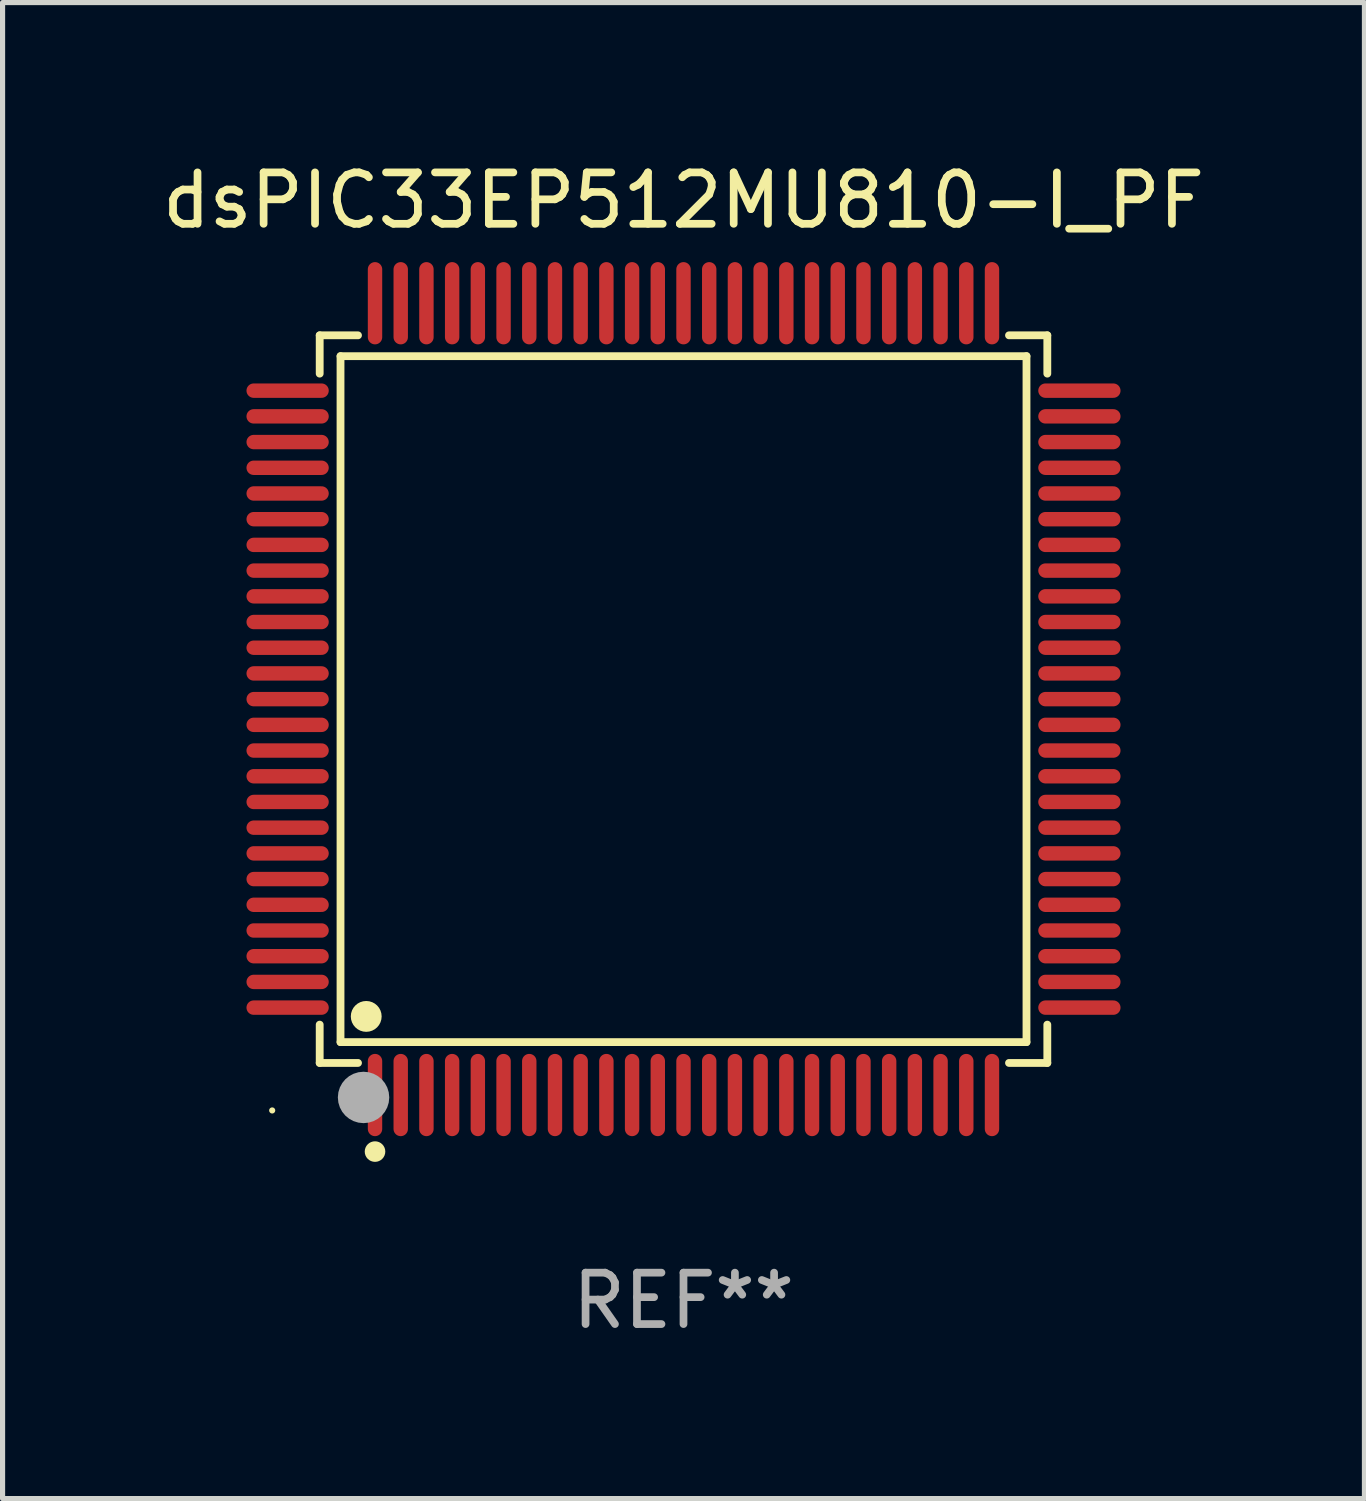
<source format=kicad_pcb>
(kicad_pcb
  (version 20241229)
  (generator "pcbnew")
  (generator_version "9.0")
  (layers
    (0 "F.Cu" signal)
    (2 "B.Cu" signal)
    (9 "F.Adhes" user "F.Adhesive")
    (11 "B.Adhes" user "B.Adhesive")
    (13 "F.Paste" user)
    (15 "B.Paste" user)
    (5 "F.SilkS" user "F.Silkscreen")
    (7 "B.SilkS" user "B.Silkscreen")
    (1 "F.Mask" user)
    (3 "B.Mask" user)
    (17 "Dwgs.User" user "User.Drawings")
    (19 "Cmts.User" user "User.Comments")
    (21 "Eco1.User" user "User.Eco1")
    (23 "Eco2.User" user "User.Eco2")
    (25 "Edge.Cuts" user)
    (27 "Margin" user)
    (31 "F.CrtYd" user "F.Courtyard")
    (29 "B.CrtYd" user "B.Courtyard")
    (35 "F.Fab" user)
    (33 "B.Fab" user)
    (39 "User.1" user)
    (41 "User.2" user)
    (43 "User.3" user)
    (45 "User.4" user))
  (footprint "dsPIC33EP512MU810-I_PF"
    (layer "F.Cu")
    (at 10.244 10.548)
    (property "Reference" "dsPIC33EP512MU810-I_PF" (at 0 -9.7 0) (layer "F.SilkS") (effects (font (size 1 1) (thickness 0.15))))
    (attr through_hole)
    (fp_line (start -7.076 -7.076) (end -6.331 -7.076) (stroke (width 0.152) (type solid)) (layer "F.SilkS"))
    (fp_line (start -7.076 -6.331) (end -7.076 -7.076) (stroke (width 0.152) (type solid)) (layer "F.SilkS"))
    (fp_line (start -7.076 6.331) (end -7.076 7.076) (stroke (width 0.152) (type solid)) (layer "F.SilkS"))
    (fp_line (start -7.076 7.076) (end -6.331 7.076) (stroke (width 0.152) (type solid)) (layer "F.SilkS"))
    (fp_line (start -6.671 -6.671) (end 6.671 -6.671) (stroke (width 0.152) (type solid)) (layer "F.SilkS"))
    (fp_line (start -6.671 6.671) (end -6.671 -6.671) (stroke (width 0.152) (type solid)) (layer "F.SilkS"))
    (fp_line (start 6.671 -6.671) (end 6.671 6.671) (stroke (width 0.152) (type solid)) (layer "F.SilkS"))
    (fp_line (start 6.671 6.671) (end -6.671 6.671) (stroke (width 0.152) (type solid)) (layer "F.SilkS"))
    (fp_line (start 7.076 -7.076) (end 6.331 -7.076) (stroke (width 0.152) (type solid)) (layer "F.SilkS"))
    (fp_line (start 7.076 -6.331) (end 7.076 -7.076) (stroke (width 0.152) (type solid)) (layer "F.SilkS"))
    (fp_line (start 7.076 6.331) (end 7.076 7.076) (stroke (width 0.152) (type solid)) (layer "F.SilkS"))
    (fp_line (start 7.076 7.076) (end 6.331 7.076) (stroke (width 0.152) (type solid)) (layer "F.SilkS"))
    (fp_circle (center -8 8) (end -7.97 8) (stroke (width 0.06) (type solid)) (fill no) (layer "F.SilkS"))
    (fp_circle (center -6.171 6.171) (end -6.021 6.171) (stroke (width 0.3) (type solid)) (fill no) (layer "F.SilkS"))
    (fp_circle (center -6 8.8) (end -5.9 8.8) (stroke (width 0.2) (type solid)) (fill no) (layer "F.SilkS"))
    (fp_circle (center -6.223 7.747) (end -5.973 7.747) (stroke (width 0.5) (type solid)) (fill no) (layer "F.Fab"))
    (fp_text user "REF**" (at 0 11.7 0) (layer "F.Fab") (effects (font (size 1 1) (thickness 0.15))))
    (pad "1" smd oval (at -6 7.7) (size 0.28 1.6) (layers "F.Cu" "F.Mask" "F.Paste"))
    (pad "2" smd oval (at -5.5 7.7) (size 0.28 1.6) (layers "F.Cu" "F.Mask" "F.Paste"))
    (pad "3" smd oval (at -5 7.7) (size 0.28 1.6) (layers "F.Cu" "F.Mask" "F.Paste"))
    (pad "4" smd oval (at -4.5 7.7) (size 0.28 1.6) (layers "F.Cu" "F.Mask" "F.Paste"))
    (pad "5" smd oval (at -4 7.7) (size 0.28 1.6) (layers "F.Cu" "F.Mask" "F.Paste"))
    (pad "6" smd oval (at -3.5 7.7) (size 0.28 1.6) (layers "F.Cu" "F.Mask" "F.Paste"))
    (pad "7" smd oval (at -3 7.7) (size 0.28 1.6) (layers "F.Cu" "F.Mask" "F.Paste"))
    (pad "8" smd oval (at -2.5 7.7) (size 0.28 1.6) (layers "F.Cu" "F.Mask" "F.Paste"))
    (pad "9" smd oval (at -2 7.7) (size 0.28 1.6) (layers "F.Cu" "F.Mask" "F.Paste"))
    (pad "10" smd oval (at -1.5 7.7) (size 0.28 1.6) (layers "F.Cu" "F.Mask" "F.Paste"))
    (pad "11" smd oval (at -1 7.7) (size 0.28 1.6) (layers "F.Cu" "F.Mask" "F.Paste"))
    (pad "12" smd oval (at -0.5 7.7) (size 0.28 1.6) (layers "F.Cu" "F.Mask" "F.Paste"))
    (pad "13" smd oval (at 0 7.7) (size 0.28 1.6) (layers "F.Cu" "F.Mask" "F.Paste"))
    (pad "14" smd oval (at 0.5 7.7) (size 0.28 1.6) (layers "F.Cu" "F.Mask" "F.Paste"))
    (pad "15" smd oval (at 1 7.7) (size 0.28 1.6) (layers "F.Cu" "F.Mask" "F.Paste"))
    (pad "16" smd oval (at 1.5 7.7) (size 0.28 1.6) (layers "F.Cu" "F.Mask" "F.Paste"))
    (pad "17" smd oval (at 2 7.7) (size 0.28 1.6) (layers "F.Cu" "F.Mask" "F.Paste"))
    (pad "18" smd oval (at 2.5 7.7) (size 0.28 1.6) (layers "F.Cu" "F.Mask" "F.Paste"))
    (pad "19" smd oval (at 3 7.7) (size 0.28 1.6) (layers "F.Cu" "F.Mask" "F.Paste"))
    (pad "20" smd oval (at 3.5 7.7) (size 0.28 1.6) (layers "F.Cu" "F.Mask" "F.Paste"))
    (pad "21" smd oval (at 4 7.7) (size 0.28 1.6) (layers "F.Cu" "F.Mask" "F.Paste"))
    (pad "22" smd oval (at 4.5 7.7) (size 0.28 1.6) (layers "F.Cu" "F.Mask" "F.Paste"))
    (pad "23" smd oval (at 5 7.7) (size 0.28 1.6) (layers "F.Cu" "F.Mask" "F.Paste"))
    (pad "24" smd oval (at 5.5 7.7) (size 0.28 1.6) (layers "F.Cu" "F.Mask" "F.Paste"))
    (pad "25" smd oval (at 6 7.7) (size 0.28 1.6) (layers "F.Cu" "F.Mask" "F.Paste"))
    (pad "26" smd oval (at 7.7 6) (size 1.6 0.28) (layers "F.Cu" "F.Mask" "F.Paste"))
    (pad "27" smd oval (at 7.7 5.5) (size 1.6 0.28) (layers "F.Cu" "F.Mask" "F.Paste"))
    (pad "28" smd oval (at 7.7 5) (size 1.6 0.28) (layers "F.Cu" "F.Mask" "F.Paste"))
    (pad "29" smd oval (at 7.7 4.5) (size 1.6 0.28) (layers "F.Cu" "F.Mask" "F.Paste"))
    (pad "30" smd oval (at 7.7 4) (size 1.6 0.28) (layers "F.Cu" "F.Mask" "F.Paste"))
    (pad "31" smd oval (at 7.7 3.5) (size 1.6 0.28) (layers "F.Cu" "F.Mask" "F.Paste"))
    (pad "32" smd oval (at 7.7 3) (size 1.6 0.28) (layers "F.Cu" "F.Mask" "F.Paste"))
    (pad "33" smd oval (at 7.7 2.5) (size 1.6 0.28) (layers "F.Cu" "F.Mask" "F.Paste"))
    (pad "34" smd oval (at 7.7 2) (size 1.6 0.28) (layers "F.Cu" "F.Mask" "F.Paste"))
    (pad "35" smd oval (at 7.7 1.5) (size 1.6 0.28) (layers "F.Cu" "F.Mask" "F.Paste"))
    (pad "36" smd oval (at 7.7 1) (size 1.6 0.28) (layers "F.Cu" "F.Mask" "F.Paste"))
    (pad "37" smd oval (at 7.7 0.5) (size 1.6 0.28) (layers "F.Cu" "F.Mask" "F.Paste"))
    (pad "38" smd oval (at 7.7 0) (size 1.6 0.28) (layers "F.Cu" "F.Mask" "F.Paste"))
    (pad "39" smd oval (at 7.7 -0.5) (size 1.6 0.28) (layers "F.Cu" "F.Mask" "F.Paste"))
    (pad "40" smd oval (at 7.7 -1) (size 1.6 0.28) (layers "F.Cu" "F.Mask" "F.Paste"))
    (pad "41" smd oval (at 7.7 -1.5) (size 1.6 0.28) (layers "F.Cu" "F.Mask" "F.Paste"))
    (pad "42" smd oval (at 7.7 -2) (size 1.6 0.28) (layers "F.Cu" "F.Mask" "F.Paste"))
    (pad "43" smd oval (at 7.7 -2.5) (size 1.6 0.28) (layers "F.Cu" "F.Mask" "F.Paste"))
    (pad "44" smd oval (at 7.7 -3) (size 1.6 0.28) (layers "F.Cu" "F.Mask" "F.Paste"))
    (pad "45" smd oval (at 7.7 -3.5) (size 1.6 0.28) (layers "F.Cu" "F.Mask" "F.Paste"))
    (pad "46" smd oval (at 7.7 -4) (size 1.6 0.28) (layers "F.Cu" "F.Mask" "F.Paste"))
    (pad "47" smd oval (at 7.7 -4.5) (size 1.6 0.28) (layers "F.Cu" "F.Mask" "F.Paste"))
    (pad "48" smd oval (at 7.7 -5) (size 1.6 0.28) (layers "F.Cu" "F.Mask" "F.Paste"))
    (pad "49" smd oval (at 7.7 -5.5) (size 1.6 0.28) (layers "F.Cu" "F.Mask" "F.Paste"))
    (pad "50" smd oval (at 7.7 -6) (size 1.6 0.28) (layers "F.Cu" "F.Mask" "F.Paste"))
    (pad "51" smd oval (at 6 -7.7) (size 0.28 1.6) (layers "F.Cu" "F.Mask" "F.Paste"))
    (pad "52" smd oval (at 5.5 -7.7) (size 0.28 1.6) (layers "F.Cu" "F.Mask" "F.Paste"))
    (pad "53" smd oval (at 5 -7.7) (size 0.28 1.6) (layers "F.Cu" "F.Mask" "F.Paste"))
    (pad "54" smd oval (at 4.5 -7.7) (size 0.28 1.6) (layers "F.Cu" "F.Mask" "F.Paste"))
    (pad "55" smd oval (at 4 -7.7) (size 0.28 1.6) (layers "F.Cu" "F.Mask" "F.Paste"))
    (pad "56" smd oval (at 3.5 -7.7) (size 0.28 1.6) (layers "F.Cu" "F.Mask" "F.Paste"))
    (pad "57" smd oval (at 3 -7.7) (size 0.28 1.6) (layers "F.Cu" "F.Mask" "F.Paste"))
    (pad "58" smd oval (at 2.5 -7.7) (size 0.28 1.6) (layers "F.Cu" "F.Mask" "F.Paste"))
    (pad "59" smd oval (at 2 -7.7) (size 0.28 1.6) (layers "F.Cu" "F.Mask" "F.Paste"))
    (pad "60" smd oval (at 1.5 -7.7) (size 0.28 1.6) (layers "F.Cu" "F.Mask" "F.Paste"))
    (pad "61" smd oval (at 1 -7.7) (size 0.28 1.6) (layers "F.Cu" "F.Mask" "F.Paste"))
    (pad "62" smd oval (at 0.5 -7.7) (size 0.28 1.6) (layers "F.Cu" "F.Mask" "F.Paste"))
    (pad "63" smd oval (at 0 -7.7) (size 0.28 1.6) (layers "F.Cu" "F.Mask" "F.Paste"))
    (pad "64" smd oval (at -0.5 -7.7) (size 0.28 1.6) (layers "F.Cu" "F.Mask" "F.Paste"))
    (pad "65" smd oval (at -1 -7.7) (size 0.28 1.6) (layers "F.Cu" "F.Mask" "F.Paste"))
    (pad "66" smd oval (at -1.5 -7.7) (size 0.28 1.6) (layers "F.Cu" "F.Mask" "F.Paste"))
    (pad "67" smd oval (at -2 -7.7) (size 0.28 1.6) (layers "F.Cu" "F.Mask" "F.Paste"))
    (pad "68" smd oval (at -2.5 -7.7) (size 0.28 1.6) (layers "F.Cu" "F.Mask" "F.Paste"))
    (pad "69" smd oval (at -3 -7.7) (size 0.28 1.6) (layers "F.Cu" "F.Mask" "F.Paste"))
    (pad "70" smd oval (at -3.5 -7.7) (size 0.28 1.6) (layers "F.Cu" "F.Mask" "F.Paste"))
    (pad "71" smd oval (at -4 -7.7) (size 0.28 1.6) (layers "F.Cu" "F.Mask" "F.Paste"))
    (pad "72" smd oval (at -4.5 -7.7) (size 0.28 1.6) (layers "F.Cu" "F.Mask" "F.Paste"))
    (pad "73" smd oval (at -5 -7.7) (size 0.28 1.6) (layers "F.Cu" "F.Mask" "F.Paste"))
    (pad "74" smd oval (at -5.5 -7.7) (size 0.28 1.6) (layers "F.Cu" "F.Mask" "F.Paste"))
    (pad "75" smd oval (at -6 -7.7) (size 0.28 1.6) (layers "F.Cu" "F.Mask" "F.Paste"))
    (pad "76" smd oval (at -7.7 -6) (size 1.6 0.28) (layers "F.Cu" "F.Mask" "F.Paste"))
    (pad "77" smd oval (at -7.7 -5.5) (size 1.6 0.28) (layers "F.Cu" "F.Mask" "F.Paste"))
    (pad "78" smd oval (at -7.7 -5) (size 1.6 0.28) (layers "F.Cu" "F.Mask" "F.Paste"))
    (pad "79" smd oval (at -7.7 -4.5) (size 1.6 0.28) (layers "F.Cu" "F.Mask" "F.Paste"))
    (pad "80" smd oval (at -7.7 -4) (size 1.6 0.28) (layers "F.Cu" "F.Mask" "F.Paste"))
    (pad "81" smd oval (at -7.7 -3.5) (size 1.6 0.28) (layers "F.Cu" "F.Mask" "F.Paste"))
    (pad "82" smd oval (at -7.7 -3) (size 1.6 0.28) (layers "F.Cu" "F.Mask" "F.Paste"))
    (pad "83" smd oval (at -7.7 -2.5) (size 1.6 0.28) (layers "F.Cu" "F.Mask" "F.Paste"))
    (pad "84" smd oval (at -7.7 -2) (size 1.6 0.28) (layers "F.Cu" "F.Mask" "F.Paste"))
    (pad "85" smd oval (at -7.7 -1.5) (size 1.6 0.28) (layers "F.Cu" "F.Mask" "F.Paste"))
    (pad "86" smd oval (at -7.7 -1) (size 1.6 0.28) (layers "F.Cu" "F.Mask" "F.Paste"))
    (pad "87" smd oval (at -7.7 -0.5) (size 1.6 0.28) (layers "F.Cu" "F.Mask" "F.Paste"))
    (pad "88" smd oval (at -7.7 0) (size 1.6 0.28) (layers "F.Cu" "F.Mask" "F.Paste"))
    (pad "89" smd oval (at -7.7 0.5) (size 1.6 0.28) (layers "F.Cu" "F.Mask" "F.Paste"))
    (pad "90" smd oval (at -7.7 1) (size 1.6 0.28) (layers "F.Cu" "F.Mask" "F.Paste"))
    (pad "91" smd oval (at -7.7 1.5) (size 1.6 0.28) (layers "F.Cu" "F.Mask" "F.Paste"))
    (pad "92" smd oval (at -7.7 2) (size 1.6 0.28) (layers "F.Cu" "F.Mask" "F.Paste"))
    (pad "93" smd oval (at -7.7 2.5) (size 1.6 0.28) (layers "F.Cu" "F.Mask" "F.Paste"))
    (pad "94" smd oval (at -7.7 3) (size 1.6 0.28) (layers "F.Cu" "F.Mask" "F.Paste"))
    (pad "95" smd oval (at -7.7 3.5) (size 1.6 0.28) (layers "F.Cu" "F.Mask" "F.Paste"))
    (pad "96" smd oval (at -7.7 4) (size 1.6 0.28) (layers "F.Cu" "F.Mask" "F.Paste"))
    (pad "97" smd oval (at -7.7 4.5) (size 1.6 0.28) (layers "F.Cu" "F.Mask" "F.Paste"))
    (pad "98" smd oval (at -7.7 5) (size 1.6 0.28) (layers "F.Cu" "F.Mask" "F.Paste"))
    (pad "99" smd oval (at -7.7 5.5) (size 1.6 0.28) (layers "F.Cu" "F.Mask" "F.Paste"))
    (pad "100" smd oval (at -7.7 6) (size 1.6 0.28) (layers "F.Cu" "F.Mask" "F.Paste")))
  (gr_rect
    (start -3 -3)
    (end 23.488 26.097)
    (stroke (width 0.1) (type default))
    (fill no)
    (layer "Edge.Cuts")))
</source>
